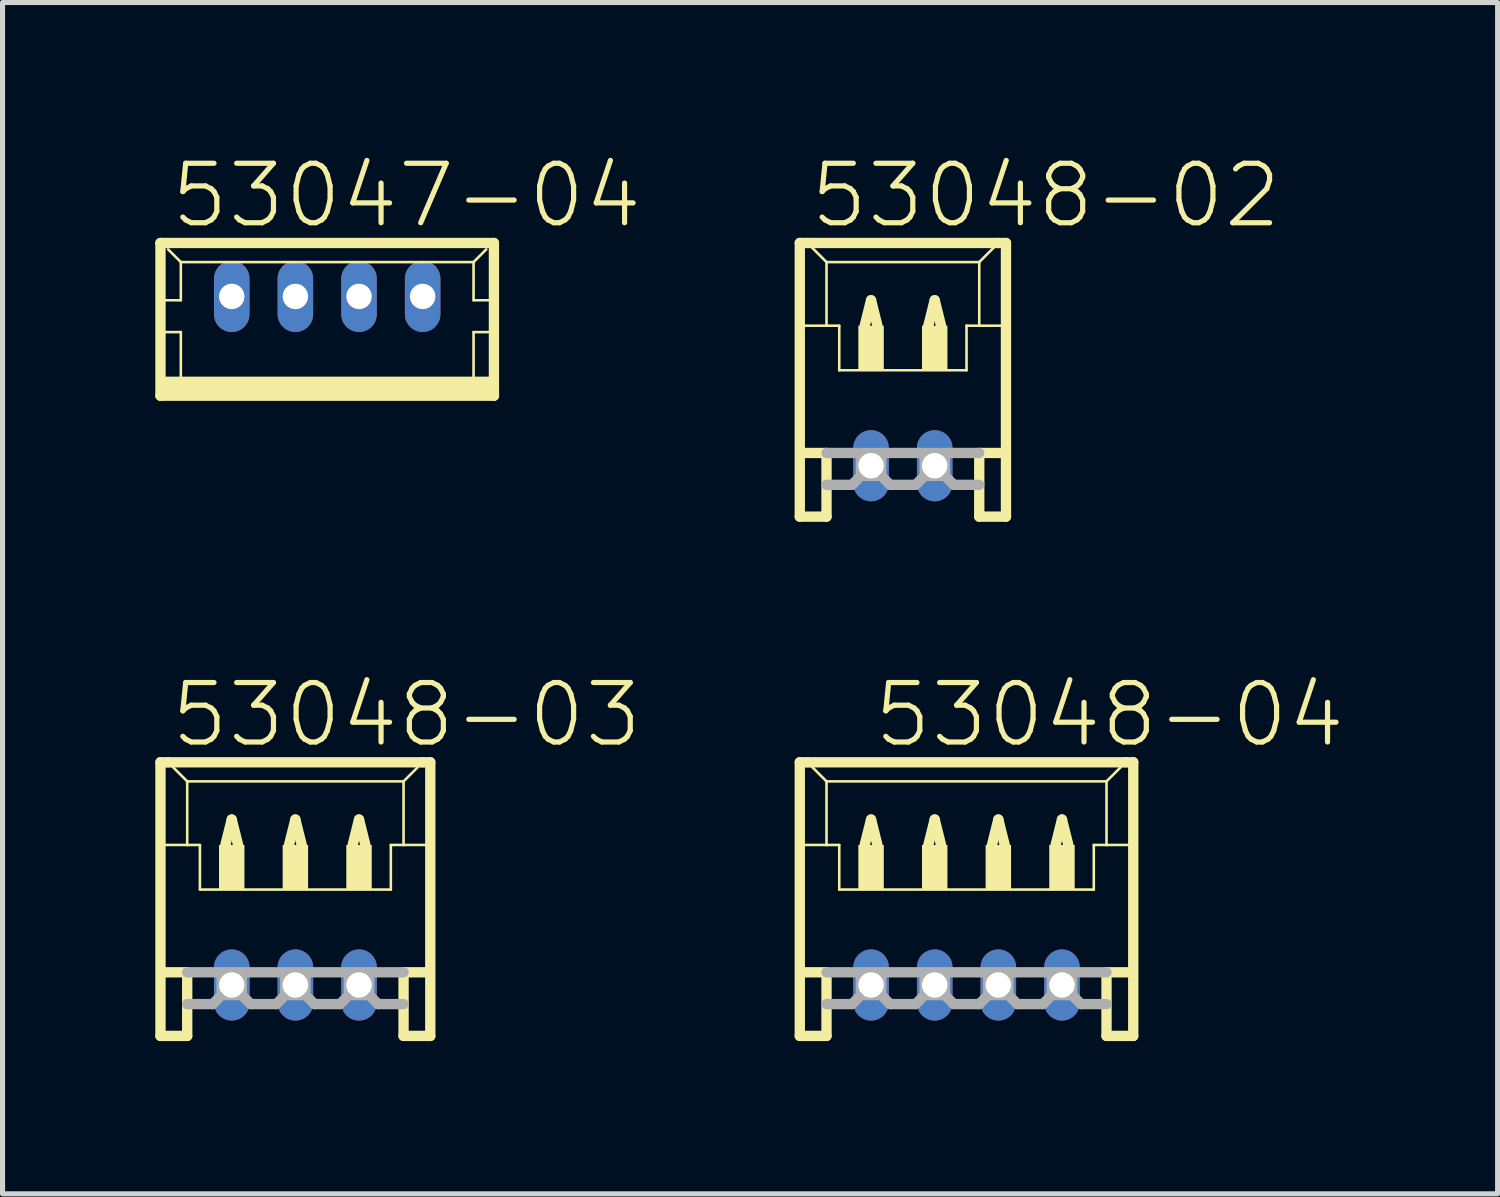
<source format=kicad_pcb>
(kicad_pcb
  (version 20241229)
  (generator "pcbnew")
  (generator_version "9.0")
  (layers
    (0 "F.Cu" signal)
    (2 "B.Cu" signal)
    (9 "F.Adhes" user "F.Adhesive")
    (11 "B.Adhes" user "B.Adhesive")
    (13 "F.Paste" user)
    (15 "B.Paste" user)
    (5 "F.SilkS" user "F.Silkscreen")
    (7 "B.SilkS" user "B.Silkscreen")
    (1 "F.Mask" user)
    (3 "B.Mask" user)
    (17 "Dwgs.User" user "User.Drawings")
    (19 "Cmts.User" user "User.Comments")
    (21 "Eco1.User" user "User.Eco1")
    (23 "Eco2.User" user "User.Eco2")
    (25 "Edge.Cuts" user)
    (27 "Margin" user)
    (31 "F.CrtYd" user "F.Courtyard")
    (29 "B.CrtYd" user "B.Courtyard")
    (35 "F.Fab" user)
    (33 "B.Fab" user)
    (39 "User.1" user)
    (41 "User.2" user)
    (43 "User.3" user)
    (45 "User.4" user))
  (footprint "53047-04"
    (layer "F.Cu")
    (at 3.377 3.223)
    (property "Reference" "53047-04" (at -3.125 -1.75 0) (layer "F.SilkS") (effects (font (size 1.168 1.168) (thickness 0.102)) (justify left bottom)))
    (fp_line (start -3.275 -1.5) (end -3.275 1.5) (stroke (width 0.203) (type solid)) (layer "F.SilkS"))
    (fp_line (start -3.275 1.5) (end 3.275 1.5) (stroke (width 0.203) (type solid)) (layer "F.SilkS"))
    (fp_line (start -3.25 -0.375) (end -2.875 -0.375) (stroke (width 0.051) (type solid)) (layer "F.SilkS"))
    (fp_line (start -3.25 0.25) (end -2.875 0.25) (stroke (width 0.051) (type solid)) (layer "F.SilkS"))
    (fp_line (start -2.875 -1.125) (end -3.125 -1.375) (stroke (width 0.051) (type solid)) (layer "F.SilkS"))
    (fp_line (start -2.875 -1.125) (end 2.875 -1.125) (stroke (width 0.051) (type solid)) (layer "F.SilkS"))
    (fp_line (start -2.875 -0.375) (end -2.875 -1.125) (stroke (width 0.051) (type solid)) (layer "F.SilkS"))
    (fp_line (start -2.875 0.25) (end -2.875 1.25) (stroke (width 0.051) (type solid)) (layer "F.SilkS"))
    (fp_line (start 2.875 -1.125) (end 2.875 -0.375) (stroke (width 0.051) (type solid)) (layer "F.SilkS"))
    (fp_line (start 2.875 -1.125) (end 3.125 -1.375) (stroke (width 0.051) (type solid)) (layer "F.SilkS"))
    (fp_line (start 2.875 -0.375) (end 3.25 -0.375) (stroke (width 0.051) (type solid)) (layer "F.SilkS"))
    (fp_line (start 2.875 0.25) (end 2.875 1.25) (stroke (width 0.051) (type solid)) (layer "F.SilkS"))
    (fp_line (start 2.875 0.25) (end 3.25 0.25) (stroke (width 0.051) (type solid)) (layer "F.SilkS"))
    (fp_line (start 3.275 -1.5) (end -3.275 -1.5) (stroke (width 0.203) (type solid)) (layer "F.SilkS"))
    (fp_line (start 3.275 1.5) (end 3.275 -1.5) (stroke (width 0.203) (type solid)) (layer "F.SilkS"))
    (fp_poly (pts (xy -3.25 1.5) (xy 3.25 1.5) (xy 3.25 1.125) (xy -3.25 1.125)) (stroke (width 0) (type solid)) (fill yes) (layer "F.SilkS"))
    (pad "1" thru_hole oval (at 1.875 -0.45 90) (size 1.397 0.698) (drill 0.5) (layers "*.Cu" "*.Mask"))
    (pad "2" thru_hole oval (at 0.625 -0.45 90) (size 1.397 0.698) (drill 0.5) (layers "*.Cu" "*.Mask"))
    (pad "3" thru_hole oval (at -0.625 -0.45 90) (size 1.397 0.698) (drill 0.5) (layers "*.Cu" "*.Mask"))
    (pad "4" thru_hole oval (at -1.875 -0.45 90) (size 1.397 0.698) (drill 0.5) (layers "*.Cu" "*.Mask")))
  (footprint "53048-03"
    (layer "F.Cu")
    (at 2.752 15.048)
    (property "Reference" "53048-03" (at -2.5 -3.375 0) (layer "F.SilkS") (effects (font (size 1.168 1.168) (thickness 0.102)) (justify left bottom)))
    (fp_line (start -2.65 -3.125) (end -2.65 2.25) (stroke (width 0.203) (type solid)) (layer "F.SilkS"))
    (fp_line (start -2.65 2.25) (end -2.125 2.25) (stroke (width 0.203) (type solid)) (layer "F.SilkS"))
    (fp_line (start -2.625 -1.5) (end -2.125 -1.5) (stroke (width 0.051) (type solid)) (layer "F.SilkS"))
    (fp_line (start -2.625 1) (end -2.125 1) (stroke (width 0.203) (type solid)) (layer "F.SilkS"))
    (fp_line (start -2.5 -3.125) (end -2.65 -3.125) (stroke (width 0.203) (type solid)) (layer "F.SilkS"))
    (fp_line (start -2.125 -2.75) (end -2.5 -3.125) (stroke (width 0.051) (type solid)) (layer "F.SilkS"))
    (fp_line (start -2.125 -2.75) (end 2.125 -2.75) (stroke (width 0.051) (type solid)) (layer "F.SilkS"))
    (fp_line (start -2.125 -1.5) (end -2.125 -2.75) (stroke (width 0.051) (type solid)) (layer "F.SilkS"))
    (fp_line (start -2.125 -1.5) (end -1.875 -1.5) (stroke (width 0.051) (type solid)) (layer "F.SilkS"))
    (fp_line (start -2.125 1) (end -2.125 2.25) (stroke (width 0.203) (type solid)) (layer "F.SilkS"))
    (fp_line (start -1.875 -1.5) (end -1.875 -0.625) (stroke (width 0.051) (type solid)) (layer "F.SilkS"))
    (fp_line (start -1.875 -0.625) (end 1.875 -0.625) (stroke (width 0.051) (type solid)) (layer "F.SilkS"))
    (fp_line (start -1.375 -1.5) (end -1.25 -2) (stroke (width 0.203) (type solid)) (layer "F.SilkS"))
    (fp_line (start -1.25 -2) (end -1.125 -1.5) (stroke (width 0.203) (type solid)) (layer "F.SilkS"))
    (fp_line (start -0.125 -1.5) (end 0 -2) (stroke (width 0.203) (type solid)) (layer "F.SilkS"))
    (fp_line (start 0 -2) (end 0.125 -1.5) (stroke (width 0.203) (type solid)) (layer "F.SilkS"))
    (fp_line (start 1.125 -1.5) (end 1.25 -2) (stroke (width 0.203) (type solid)) (layer "F.SilkS"))
    (fp_line (start 1.25 -2) (end 1.375 -1.5) (stroke (width 0.203) (type solid)) (layer "F.SilkS"))
    (fp_line (start 1.875 -1.5) (end 1.875 -0.625) (stroke (width 0.051) (type solid)) (layer "F.SilkS"))
    (fp_line (start 1.875 -1.5) (end 2.125 -1.5) (stroke (width 0.051) (type solid)) (layer "F.SilkS"))
    (fp_line (start 2.125 -2.75) (end 2.125 -1.5) (stroke (width 0.051) (type solid)) (layer "F.SilkS"))
    (fp_line (start 2.125 -2.75) (end 2.5 -3.125) (stroke (width 0.051) (type solid)) (layer "F.SilkS"))
    (fp_line (start 2.125 -1.5) (end 2.625 -1.5) (stroke (width 0.051) (type solid)) (layer "F.SilkS"))
    (fp_line (start 2.125 1) (end 2.125 2.25) (stroke (width 0.203) (type solid)) (layer "F.SilkS"))
    (fp_line (start 2.125 1) (end 2.625 1) (stroke (width 0.203) (type solid)) (layer "F.SilkS"))
    (fp_line (start 2.125 2.25) (end 2.65 2.25) (stroke (width 0.203) (type solid)) (layer "F.SilkS"))
    (fp_line (start 2.5 -3.125) (end -2.5 -3.125) (stroke (width 0.203) (type solid)) (layer "F.SilkS"))
    (fp_line (start 2.65 -3.125) (end 2.5 -3.125) (stroke (width 0.203) (type solid)) (layer "F.SilkS"))
    (fp_line (start 2.65 2.25) (end 2.65 -3.125) (stroke (width 0.203) (type solid)) (layer "F.SilkS"))
    (fp_poly (pts (xy -1.5 -0.625) (xy -1 -0.625) (xy -1 -1.5) (xy -1.5 -1.5)) (stroke (width 0) (type solid)) (fill yes) (layer "F.SilkS"))
    (fp_poly (pts (xy -0.25 -0.625) (xy 0.25 -0.625) (xy 0.25 -1.5) (xy -0.25 -1.5)) (stroke (width 0) (type solid)) (fill yes) (layer "F.SilkS"))
    (fp_poly (pts (xy 1 -0.625) (xy 1.5 -0.625) (xy 1.5 -1.5) (xy 1 -1.5)) (stroke (width 0) (type solid)) (fill yes) (layer "F.SilkS"))
    (fp_line (start -2.125 1) (end 2.125 1) (stroke (width 0.203) (type solid)) (layer "F.Fab"))
    (fp_line (start -1.625 1.625) (end -2.125 1.625) (stroke (width 0.203) (type solid)) (layer "F.Fab"))
    (fp_line (start -1.5 1.5) (end -1.625 1.625) (stroke (width 0.203) (type solid)) (layer "F.Fab"))
    (fp_line (start -1 1.5) (end -0.875 1.625) (stroke (width 0.203) (type solid)) (layer "F.Fab"))
    (fp_line (start -0.375 1.625) (end -0.875 1.625) (stroke (width 0.203) (type solid)) (layer "F.Fab"))
    (fp_line (start -0.25 1.5) (end -0.375 1.625) (stroke (width 0.203) (type solid)) (layer "F.Fab"))
    (fp_line (start 0.25 1.5) (end 0.375 1.625) (stroke (width 0.203) (type solid)) (layer "F.Fab"))
    (fp_line (start 0.875 1.625) (end 0.375 1.625) (stroke (width 0.203) (type solid)) (layer "F.Fab"))
    (fp_line (start 1 1.5) (end 0.875 1.625) (stroke (width 0.203) (type solid)) (layer "F.Fab"))
    (fp_line (start 1.5 1.5) (end 1.625 1.625) (stroke (width 0.203) (type solid)) (layer "F.Fab"))
    (fp_line (start 2.125 1.625) (end 1.625 1.625) (stroke (width 0.203) (type solid)) (layer "F.Fab"))
    (fp_poly (pts (xy -1.5 1.5) (xy -1 1.5) (xy -1 1) (xy -1.5 1)) (stroke (width 0.1) (type solid)) (fill no) (layer "F.Fab"))
    (fp_poly (pts (xy -0.25 1.5) (xy 0.25 1.5) (xy 0.25 1) (xy -0.25 1)) (stroke (width 0.1) (type solid)) (fill no) (layer "F.Fab"))
    (fp_poly (pts (xy 1 1.5) (xy 1.5 1.5) (xy 1.5 1) (xy 1 1)) (stroke (width 0.1) (type solid)) (fill no) (layer "F.Fab"))
    (pad "1" thru_hole oval (at 1.25 1.25 90) (size 1.397 0.698) (drill 0.5) (layers "*.Cu" "*.Mask"))
    (pad "2" thru_hole oval (at 0 1.25 90) (size 1.397 0.698) (drill 0.5) (layers "*.Cu" "*.Mask"))
    (pad "3" thru_hole oval (at -1.25 1.25 90) (size 1.397 0.698) (drill 0.5) (layers "*.Cu" "*.Mask")))
  (footprint "53048-02"
    (layer "F.Cu")
    (at 14.685 4.848)
    (property "Reference" "53048-02" (at -1.875 -3.375 0) (layer "F.SilkS") (effects (font (size 1.168 1.168) (thickness 0.102)) (justify left bottom)))
    (fp_line (start -2.025 -3.125) (end -2.025 2.25) (stroke (width 0.203) (type solid)) (layer "F.SilkS"))
    (fp_line (start -2.025 2.25) (end -1.5 2.25) (stroke (width 0.203) (type solid)) (layer "F.SilkS"))
    (fp_line (start -2 -1.5) (end -1.5 -1.5) (stroke (width 0.051) (type solid)) (layer "F.SilkS"))
    (fp_line (start -2 1) (end -1.5 1) (stroke (width 0.203) (type solid)) (layer "F.SilkS"))
    (fp_line (start -1.875 -3.125) (end -2.025 -3.125) (stroke (width 0.203) (type solid)) (layer "F.SilkS"))
    (fp_line (start -1.5 -2.75) (end -1.875 -3.125) (stroke (width 0.051) (type solid)) (layer "F.SilkS"))
    (fp_line (start -1.5 -2.75) (end 1.5 -2.75) (stroke (width 0.051) (type solid)) (layer "F.SilkS"))
    (fp_line (start -1.5 -1.5) (end -1.5 -2.75) (stroke (width 0.051) (type solid)) (layer "F.SilkS"))
    (fp_line (start -1.5 -1.5) (end -1.25 -1.5) (stroke (width 0.051) (type solid)) (layer "F.SilkS"))
    (fp_line (start -1.5 1) (end -1.5 2.25) (stroke (width 0.203) (type solid)) (layer "F.SilkS"))
    (fp_line (start -1.25 -1.5) (end -1.25 -0.625) (stroke (width 0.051) (type solid)) (layer "F.SilkS"))
    (fp_line (start -1.25 -0.625) (end 1.25 -0.625) (stroke (width 0.051) (type solid)) (layer "F.SilkS"))
    (fp_line (start -0.75 -1.5) (end -0.625 -2) (stroke (width 0.203) (type solid)) (layer "F.SilkS"))
    (fp_line (start -0.625 -2) (end -0.5 -1.5) (stroke (width 0.203) (type solid)) (layer "F.SilkS"))
    (fp_line (start 0.5 -1.5) (end 0.625 -2) (stroke (width 0.203) (type solid)) (layer "F.SilkS"))
    (fp_line (start 0.625 -2) (end 0.75 -1.5) (stroke (width 0.203) (type solid)) (layer "F.SilkS"))
    (fp_line (start 1.25 -1.5) (end 1.25 -0.625) (stroke (width 0.051) (type solid)) (layer "F.SilkS"))
    (fp_line (start 1.25 -1.5) (end 1.5 -1.5) (stroke (width 0.051) (type solid)) (layer "F.SilkS"))
    (fp_line (start 1.5 -2.75) (end 1.5 -1.5) (stroke (width 0.051) (type solid)) (layer "F.SilkS"))
    (fp_line (start 1.5 -2.75) (end 1.875 -3.125) (stroke (width 0.051) (type solid)) (layer "F.SilkS"))
    (fp_line (start 1.5 -1.5) (end 2 -1.5) (stroke (width 0.051) (type solid)) (layer "F.SilkS"))
    (fp_line (start 1.5 1) (end 1.5 2.25) (stroke (width 0.203) (type solid)) (layer "F.SilkS"))
    (fp_line (start 1.5 1) (end 2 1) (stroke (width 0.203) (type solid)) (layer "F.SilkS"))
    (fp_line (start 1.5 2.25) (end 2.025 2.25) (stroke (width 0.203) (type solid)) (layer "F.SilkS"))
    (fp_line (start 1.875 -3.125) (end -1.875 -3.125) (stroke (width 0.203) (type solid)) (layer "F.SilkS"))
    (fp_line (start 2.025 -3.125) (end 1.875 -3.125) (stroke (width 0.203) (type solid)) (layer "F.SilkS"))
    (fp_line (start 2.025 2.25) (end 2.025 -3.125) (stroke (width 0.203) (type solid)) (layer "F.SilkS"))
    (fp_poly (pts (xy -0.875 -0.625) (xy -0.375 -0.625) (xy -0.375 -1.5) (xy -0.875 -1.5)) (stroke (width 0) (type solid)) (fill yes) (layer "F.SilkS"))
    (fp_poly (pts (xy 0.375 -0.625) (xy 0.875 -0.625) (xy 0.875 -1.5) (xy 0.375 -1.5)) (stroke (width 0) (type solid)) (fill yes) (layer "F.SilkS"))
    (fp_line (start -1.5 1) (end 1.5 1) (stroke (width 0.203) (type solid)) (layer "F.Fab"))
    (fp_line (start -1 1.625) (end -1.5 1.625) (stroke (width 0.203) (type solid)) (layer "F.Fab"))
    (fp_line (start -0.875 1.5) (end -1 1.625) (stroke (width 0.203) (type solid)) (layer "F.Fab"))
    (fp_line (start -0.375 1.5) (end -0.25 1.625) (stroke (width 0.203) (type solid)) (layer "F.Fab"))
    (fp_line (start 0.25 1.625) (end -0.25 1.625) (stroke (width 0.203) (type solid)) (layer "F.Fab"))
    (fp_line (start 0.375 1.5) (end 0.25 1.625) (stroke (width 0.203) (type solid)) (layer "F.Fab"))
    (fp_line (start 0.875 1.5) (end 1 1.625) (stroke (width 0.203) (type solid)) (layer "F.Fab"))
    (fp_line (start 1.5 1.625) (end 1 1.625) (stroke (width 0.203) (type solid)) (layer "F.Fab"))
    (fp_poly (pts (xy -0.875 1.5) (xy -0.375 1.5) (xy -0.375 1) (xy -0.875 1)) (stroke (width 0.1) (type solid)) (fill no) (layer "F.Fab"))
    (fp_poly (pts (xy 0.375 1.5) (xy 0.875 1.5) (xy 0.875 1) (xy 0.375 1)) (stroke (width 0.1) (type solid)) (fill no) (layer "F.Fab"))
    (pad "1" thru_hole oval (at 0.625 1.25 90) (size 1.397 0.698) (drill 0.5) (layers "*.Cu" "*.Mask"))
    (pad "2" thru_hole oval (at -0.625 1.25 90) (size 1.397 0.698) (drill 0.5) (layers "*.Cu" "*.Mask")))
  (footprint "53048-04"
    (layer "F.Cu")
    (at 15.935 15.048)
    (property "Reference" "53048-04" (at -1.875 -3.375 0) (layer "F.SilkS") (effects (font (size 1.168 1.168) (thickness 0.102)) (justify left bottom)))
    (fp_line (start -3.275 -3.125) (end -3.275 2.25) (stroke (width 0.203) (type solid)) (layer "F.SilkS"))
    (fp_line (start -3.275 2.25) (end -2.75 2.25) (stroke (width 0.203) (type solid)) (layer "F.SilkS"))
    (fp_line (start -3.25 -1.5) (end -2.75 -1.5) (stroke (width 0.051) (type solid)) (layer "F.SilkS"))
    (fp_line (start -3.25 1) (end -2.75 1) (stroke (width 0.203) (type solid)) (layer "F.SilkS"))
    (fp_line (start -3.125 -3.125) (end -3.275 -3.125) (stroke (width 0.203) (type solid)) (layer "F.SilkS"))
    (fp_line (start -2.75 -2.75) (end -3.125 -3.125) (stroke (width 0.051) (type solid)) (layer "F.SilkS"))
    (fp_line (start -2.75 -2.75) (end 2.75 -2.75) (stroke (width 0.051) (type solid)) (layer "F.SilkS"))
    (fp_line (start -2.75 -1.5) (end -2.75 -2.75) (stroke (width 0.051) (type solid)) (layer "F.SilkS"))
    (fp_line (start -2.75 -1.5) (end -2.5 -1.5) (stroke (width 0.051) (type solid)) (layer "F.SilkS"))
    (fp_line (start -2.75 1) (end -2.75 2.25) (stroke (width 0.203) (type solid)) (layer "F.SilkS"))
    (fp_line (start -2.5 -1.5) (end -2.5 -0.625) (stroke (width 0.051) (type solid)) (layer "F.SilkS"))
    (fp_line (start -2.5 -0.625) (end 2.5 -0.625) (stroke (width 0.051) (type solid)) (layer "F.SilkS"))
    (fp_line (start -2 -1.5) (end -1.875 -2) (stroke (width 0.203) (type solid)) (layer "F.SilkS"))
    (fp_line (start -1.875 -2) (end -1.75 -1.5) (stroke (width 0.203) (type solid)) (layer "F.SilkS"))
    (fp_line (start -0.75 -1.5) (end -0.625 -2) (stroke (width 0.203) (type solid)) (layer "F.SilkS"))
    (fp_line (start -0.625 -2) (end -0.5 -1.5) (stroke (width 0.203) (type solid)) (layer "F.SilkS"))
    (fp_line (start 0.5 -1.5) (end 0.625 -2) (stroke (width 0.203) (type solid)) (layer "F.SilkS"))
    (fp_line (start 0.625 -2) (end 0.75 -1.5) (stroke (width 0.203) (type solid)) (layer "F.SilkS"))
    (fp_line (start 1.75 -1.5) (end 1.875 -2) (stroke (width 0.203) (type solid)) (layer "F.SilkS"))
    (fp_line (start 1.875 -2) (end 2 -1.5) (stroke (width 0.203) (type solid)) (layer "F.SilkS"))
    (fp_line (start 2.5 -1.5) (end 2.5 -0.625) (stroke (width 0.051) (type solid)) (layer "F.SilkS"))
    (fp_line (start 2.5 -1.5) (end 2.75 -1.5) (stroke (width 0.051) (type solid)) (layer "F.SilkS"))
    (fp_line (start 2.75 -2.75) (end 2.75 -1.5) (stroke (width 0.051) (type solid)) (layer "F.SilkS"))
    (fp_line (start 2.75 -2.75) (end 3.125 -3.125) (stroke (width 0.051) (type solid)) (layer "F.SilkS"))
    (fp_line (start 2.75 -1.5) (end 3.25 -1.5) (stroke (width 0.051) (type solid)) (layer "F.SilkS"))
    (fp_line (start 2.75 1) (end 2.75 2.25) (stroke (width 0.203) (type solid)) (layer "F.SilkS"))
    (fp_line (start 2.75 1) (end 3.25 1) (stroke (width 0.203) (type solid)) (layer "F.SilkS"))
    (fp_line (start 2.75 2.25) (end 3.275 2.25) (stroke (width 0.203) (type solid)) (layer "F.SilkS"))
    (fp_line (start 3.125 -3.125) (end -3.125 -3.125) (stroke (width 0.203) (type solid)) (layer "F.SilkS"))
    (fp_line (start 3.275 -3.125) (end 3.125 -3.125) (stroke (width 0.203) (type solid)) (layer "F.SilkS"))
    (fp_line (start 3.275 2.25) (end 3.275 -3.125) (stroke (width 0.203) (type solid)) (layer "F.SilkS"))
    (fp_poly (pts (xy -2.125 -0.625) (xy -1.625 -0.625) (xy -1.625 -1.5) (xy -2.125 -1.5)) (stroke (width 0) (type solid)) (fill yes) (layer "F.SilkS"))
    (fp_poly (pts (xy -0.875 -0.625) (xy -0.375 -0.625) (xy -0.375 -1.5) (xy -0.875 -1.5)) (stroke (width 0) (type solid)) (fill yes) (layer "F.SilkS"))
    (fp_poly (pts (xy 0.375 -0.625) (xy 0.875 -0.625) (xy 0.875 -1.5) (xy 0.375 -1.5)) (stroke (width 0) (type solid)) (fill yes) (layer "F.SilkS"))
    (fp_poly (pts (xy 1.625 -0.625) (xy 2.125 -0.625) (xy 2.125 -1.5) (xy 1.625 -1.5)) (stroke (width 0) (type solid)) (fill yes) (layer "F.SilkS"))
    (fp_line (start -2.75 1) (end 2.75 1) (stroke (width 0.203) (type solid)) (layer "F.Fab"))
    (fp_line (start -2.25 1.625) (end -2.75 1.625) (stroke (width 0.203) (type solid)) (layer "F.Fab"))
    (fp_line (start -2.125 1.5) (end -2.25 1.625) (stroke (width 0.203) (type solid)) (layer "F.Fab"))
    (fp_line (start -1.625 1.5) (end -1.5 1.625) (stroke (width 0.203) (type solid)) (layer "F.Fab"))
    (fp_line (start -1 1.625) (end -1.5 1.625) (stroke (width 0.203) (type solid)) (layer "F.Fab"))
    (fp_line (start -0.875 1.5) (end -1 1.625) (stroke (width 0.203) (type solid)) (layer "F.Fab"))
    (fp_line (start -0.375 1.5) (end -0.25 1.625) (stroke (width 0.203) (type solid)) (layer "F.Fab"))
    (fp_line (start 0.25 1.625) (end -0.25 1.625) (stroke (width 0.203) (type solid)) (layer "F.Fab"))
    (fp_line (start 0.375 1.5) (end 0.25 1.625) (stroke (width 0.203) (type solid)) (layer "F.Fab"))
    (fp_line (start 0.875 1.5) (end 1 1.625) (stroke (width 0.203) (type solid)) (layer "F.Fab"))
    (fp_line (start 1.5 1.625) (end 1 1.625) (stroke (width 0.203) (type solid)) (layer "F.Fab"))
    (fp_line (start 1.625 1.5) (end 1.5 1.625) (stroke (width 0.203) (type solid)) (layer "F.Fab"))
    (fp_line (start 2.125 1.5) (end 2.25 1.625) (stroke (width 0.203) (type solid)) (layer "F.Fab"))
    (fp_line (start 2.75 1.625) (end 2.25 1.625) (stroke (width 0.203) (type solid)) (layer "F.Fab"))
    (fp_poly (pts (xy -2.125 1.5) (xy -1.625 1.5) (xy -1.625 1) (xy -2.125 1)) (stroke (width 0.1) (type solid)) (fill no) (layer "F.Fab"))
    (fp_poly (pts (xy -0.875 1.5) (xy -0.375 1.5) (xy -0.375 1) (xy -0.875 1)) (stroke (width 0.1) (type solid)) (fill no) (layer "F.Fab"))
    (fp_poly (pts (xy 0.375 1.5) (xy 0.875 1.5) (xy 0.875 1) (xy 0.375 1)) (stroke (width 0.1) (type solid)) (fill no) (layer "F.Fab"))
    (fp_poly (pts (xy 1.625 1.5) (xy 2.125 1.5) (xy 2.125 1) (xy 1.625 1)) (stroke (width 0.1) (type solid)) (fill no) (layer "F.Fab"))
    (pad "1" thru_hole oval (at 1.875 1.25 90) (size 1.397 0.698) (drill 0.5) (layers "*.Cu" "*.Mask"))
    (pad "2" thru_hole oval (at 0.625 1.25 90) (size 1.397 0.698) (drill 0.5) (layers "*.Cu" "*.Mask"))
    (pad "3" thru_hole oval (at -0.625 1.25 90) (size 1.397 0.698) (drill 0.5) (layers "*.Cu" "*.Mask"))
    (pad "4" thru_hole oval (at -1.875 1.25 90) (size 1.397 0.698) (drill 0.5) (layers "*.Cu" "*.Mask")))
  (gr_rect
    (start -3 -3)
    (end 26.367 20.4)
    (stroke (width 0.1) (type default))
    (fill no)
    (layer "Edge.Cuts")))
</source>
